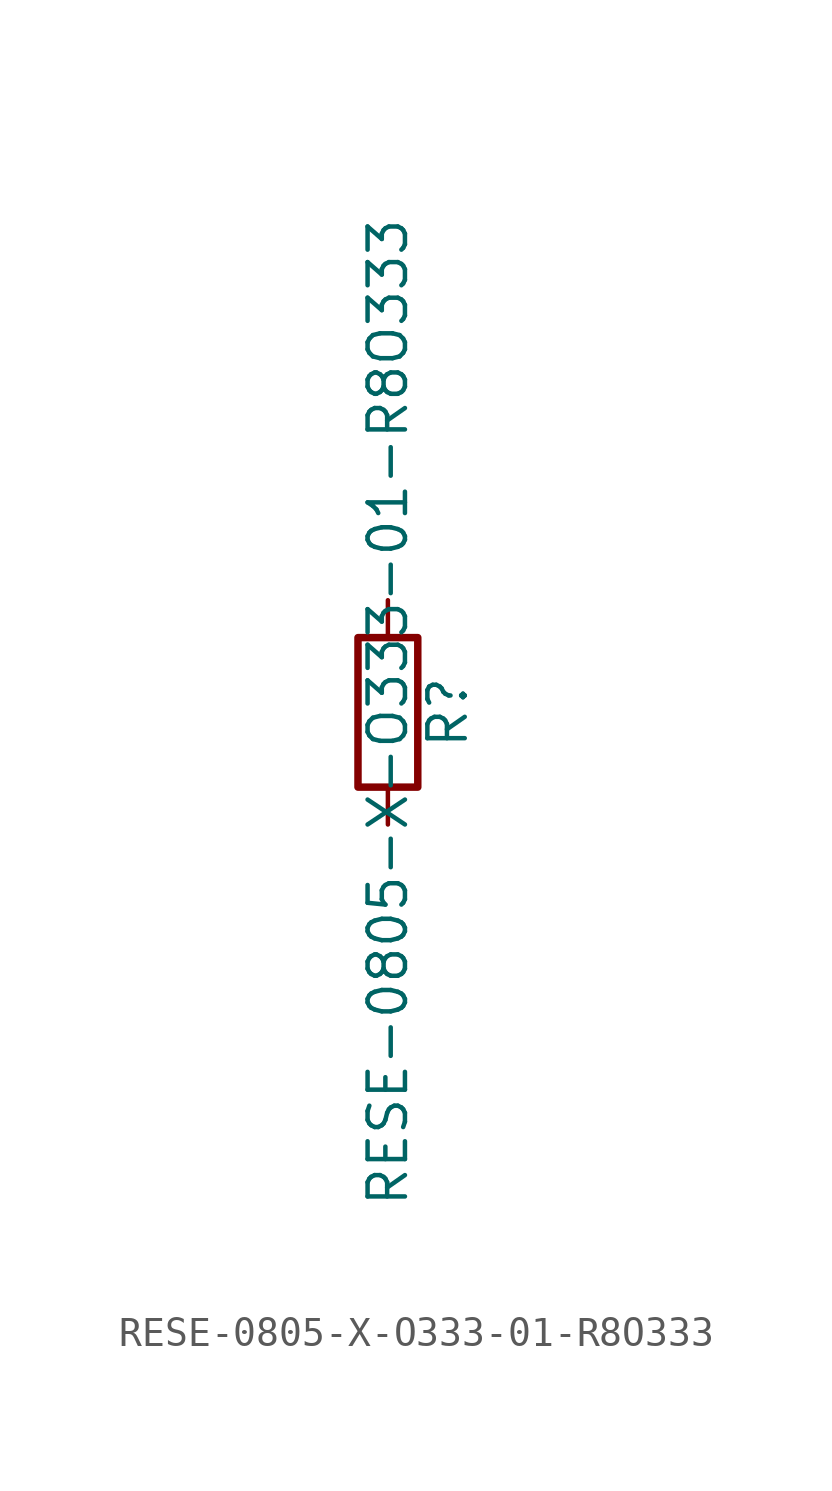
<source format=kicad_sym>
(kicad_symbol_lib
  (version 20211014)
  (generator kicad_symbol_editor)
  (symbol "RESE-0805-X-O333-01-R8O333"
    (pin_numbers hide)
    (pin_names
      (offset 0))
    (property "Reference" "R"
      (at 2.032 0 90)
      (effects (font (size 1.27 1.27))))
    (property "Value" "RESE-0805-X-O333-01-R8O333"
      (at 0 0 90)
      (effects (font (size 1.27 1.27))))
    (symbol "RESE-0805-X-O333-01-R8O333_0_1"
      (rectangle (start -1.016 -2.54) (end 1.016 2.54) (stroke (width 0.254) (type default) (color 0 0 0 0)) (fill (type none))))
    (symbol "RESE-0805-X-O333-01-R8O333_1_1"
      (pin passive line (at 0 3.81 270) (length 1.27) (name "~" (effects (font (size 1.27 1.27)))) (number "1" (effects (font (size 1.27 1.27)))))
      (pin passive line (at 0 -3.81 90) (length 1.27) (name "~" (effects (font (size 1.27 1.27)))) (number "2" (effects (font (size 1.27 1.27))))))))
</source>
